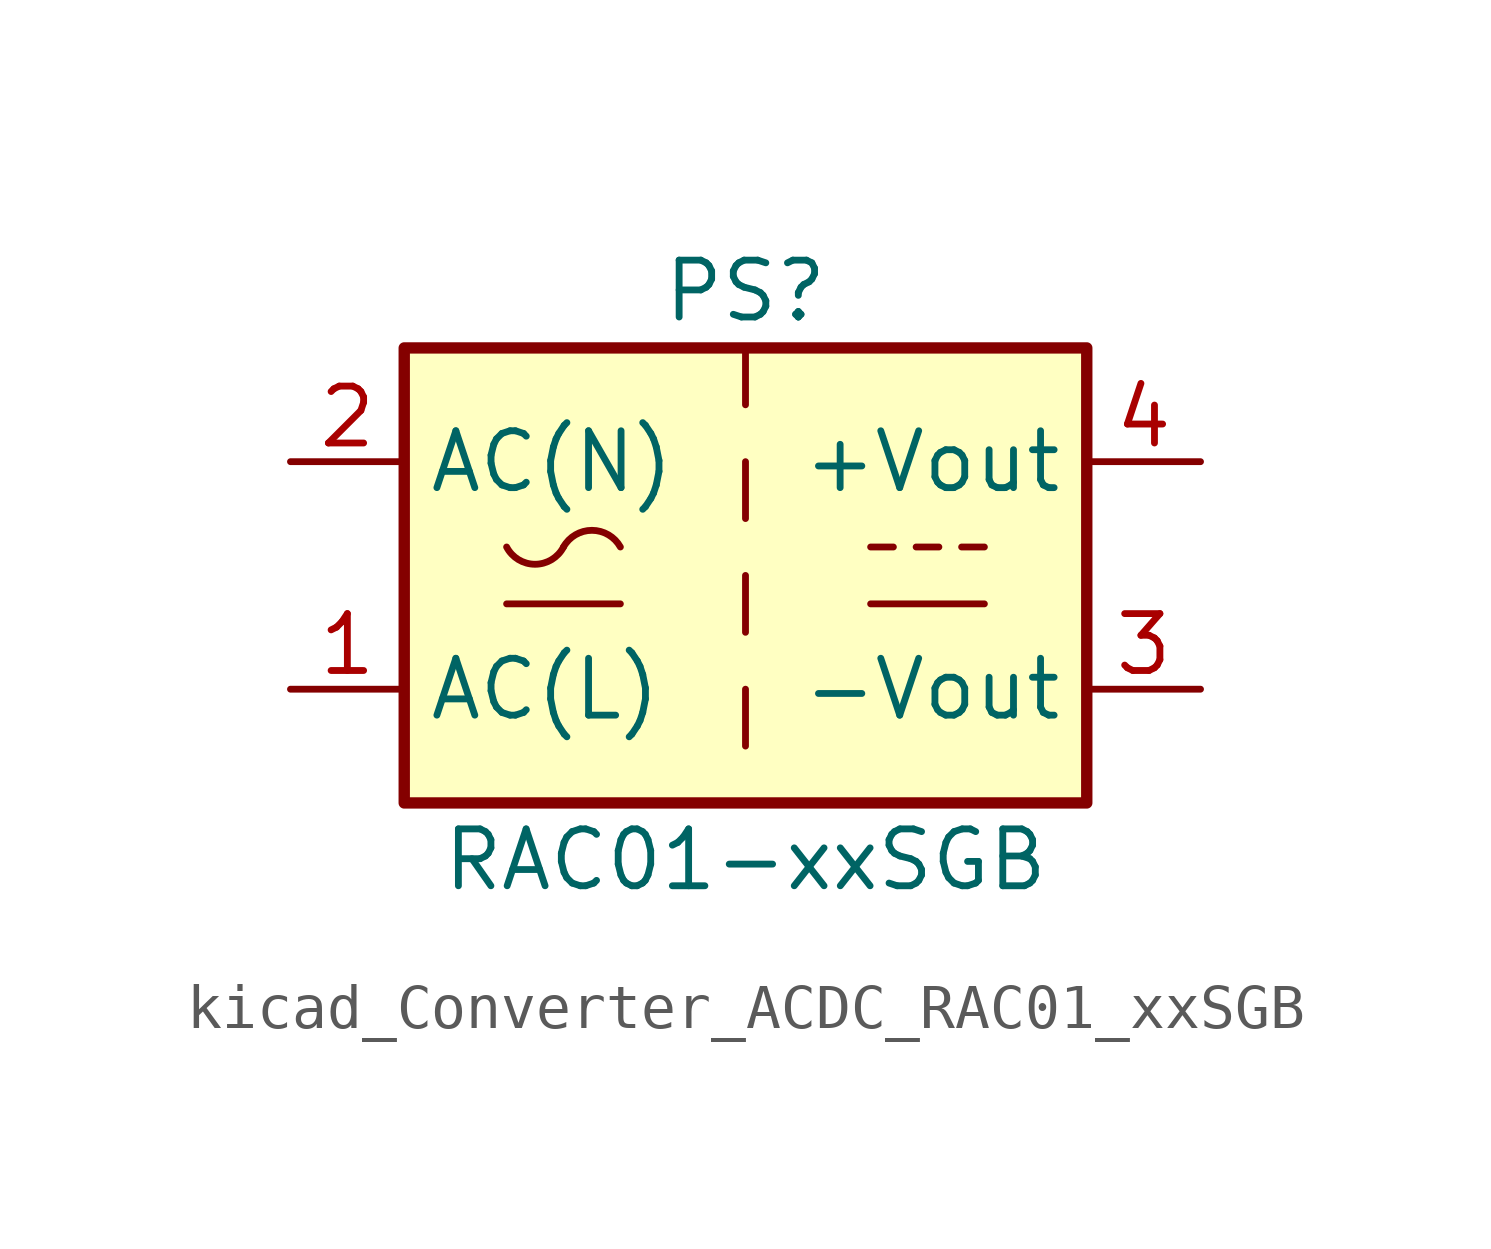
<source format=kicad_sym>
(kicad_symbol_lib
  (version 20220914)
  (generator kicad_symbol_editor)
  (symbol "kicad_Converter_ACDC_RAC01_xxSGB"
    (property "Reference" "PS"
      (at 0 6.35 0)
      (effects (font (size 1.27 1.27))))
    (property "Value" "RAC01-xxSGB"
      (at 0 -6.35 0)
      (effects (font (size 1.27 1.27))))
    (symbol "kicad_Converter_ACDC_RAC01_xxSGB_1_1"
      (rectangle (start -7.62 5.08) (end 7.62 -5.08) (stroke (width 0.254) (type default)) (fill (type background)))
      (arc (start -5.334 0.635) (mid -4.699 0.2495) (end -4.064 0.635) (stroke (width 0) (type default)) (fill (type none)))
      (arc (start -2.794 0.635) (mid -3.429 1.0072) (end -4.064 0.635) (stroke (width 0) (type default)) (fill (type none)))
      (polyline (pts (xy -5.334 -0.635) (xy -2.794 -0.635)) (stroke (width 0) (type default)) (fill (type none)))
      (polyline (pts (xy 0 -2.54) (xy 0 -3.81)) (stroke (width 0) (type default)) (fill (type none)))
      (polyline (pts (xy 0 0) (xy 0 -1.27)) (stroke (width 0) (type default)) (fill (type none)))
      (polyline (pts (xy 0 2.54) (xy 0 1.27)) (stroke (width 0) (type default)) (fill (type none)))
      (polyline (pts (xy 0 5.08) (xy 0 3.81)) (stroke (width 0) (type default)) (fill (type none)))
      (polyline (pts (xy 2.794 -0.635) (xy 5.334 -0.635)) (stroke (width 0) (type default)) (fill (type none)))
      (polyline (pts (xy 2.794 0.635) (xy 3.302 0.635)) (stroke (width 0) (type default)) (fill (type none)))
      (polyline (pts (xy 3.81 0.635) (xy 4.318 0.635)) (stroke (width 0) (type default)) (fill (type none)))
      (polyline (pts (xy 4.826 0.635) (xy 5.334 0.635)) (stroke (width 0) (type default)) (fill (type none)))
      (pin power_in line (at -10.16 -2.54 0) (length 2.54) (name "AC(L)" (effects (font (size 1.27 1.27)))) (number "1" (effects (font (size 1.27 1.27)))))
      (pin power_in line (at -10.16 2.54 0) (length 2.54) (name "AC(N)" (effects (font (size 1.27 1.27)))) (number "2" (effects (font (size 1.27 1.27)))))
      (pin power_out line (at 10.16 -2.54 180) (length 2.54) (name "-Vout" (effects (font (size 1.27 1.27)))) (number "3" (effects (font (size 1.27 1.27)))))
      (pin power_out line (at 10.16 2.54 180) (length 2.54) (name "+Vout" (effects (font (size 1.27 1.27)))) (number "4" (effects (font (size 1.27 1.27))))))))
</source>
